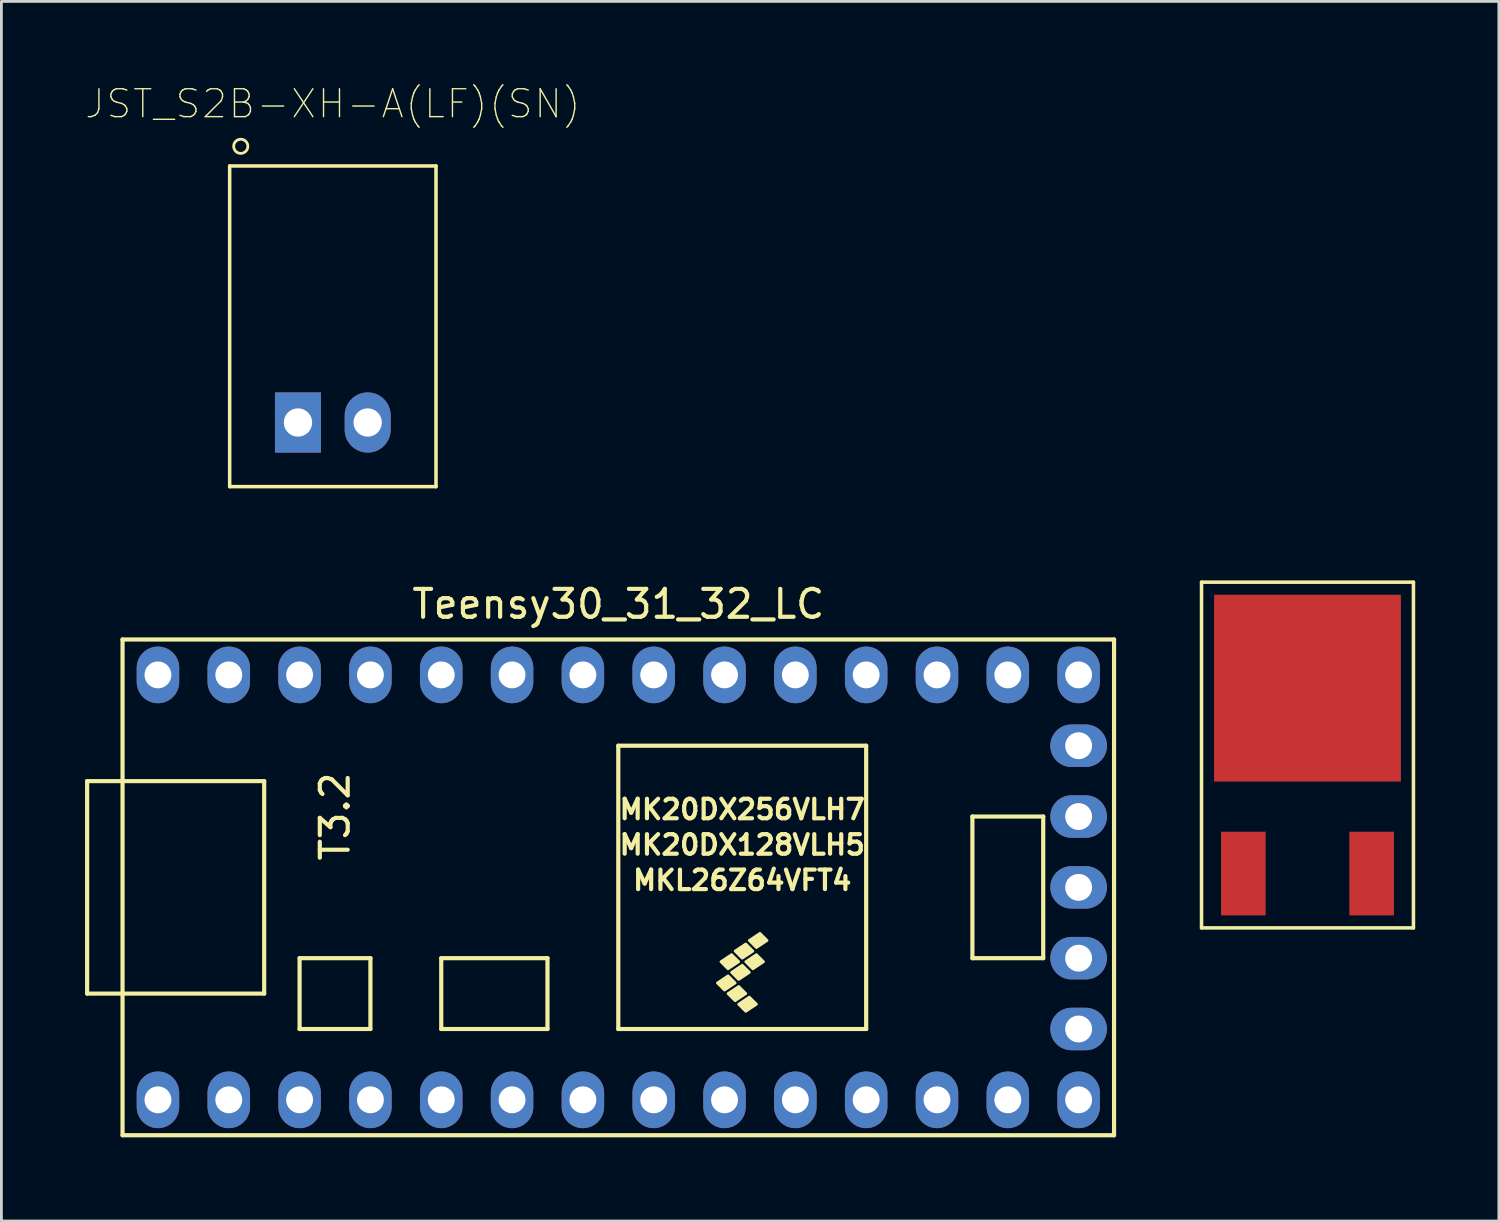
<source format=kicad_pcb>
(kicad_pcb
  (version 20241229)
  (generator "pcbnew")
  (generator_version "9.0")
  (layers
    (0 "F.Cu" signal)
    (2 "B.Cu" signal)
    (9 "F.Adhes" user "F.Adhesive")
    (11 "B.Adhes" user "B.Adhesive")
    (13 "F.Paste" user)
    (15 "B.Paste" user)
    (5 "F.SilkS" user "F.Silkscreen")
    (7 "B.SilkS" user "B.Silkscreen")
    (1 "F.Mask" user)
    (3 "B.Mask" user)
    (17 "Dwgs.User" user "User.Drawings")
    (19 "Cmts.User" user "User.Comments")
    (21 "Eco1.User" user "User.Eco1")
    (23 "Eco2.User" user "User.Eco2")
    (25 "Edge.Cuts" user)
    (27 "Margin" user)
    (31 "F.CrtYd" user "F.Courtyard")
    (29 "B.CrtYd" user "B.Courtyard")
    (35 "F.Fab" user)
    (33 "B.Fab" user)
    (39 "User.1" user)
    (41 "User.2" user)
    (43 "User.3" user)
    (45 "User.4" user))
  (footprint "Teensy30_31_32_LC"
    (layer "F.Cu")
    (at 19.125 28.775)
    (property "Reference" "Teensy30_31_32_LC" (at 0 -10.16 0) (layer "F.SilkS") (effects (font (size 1 1) (thickness 0.15))))
    (attr through_hole)
    (fp_line (start -19.05 -3.81) (end -17.78 -3.81) (stroke (width 0.15) (type solid)) (layer "F.SilkS"))
    (fp_line (start -19.05 3.81) (end -19.05 -3.81) (stroke (width 0.15) (type solid)) (layer "F.SilkS"))
    (fp_line (start -17.78 -8.89) (end 17.78 -8.89) (stroke (width 0.15) (type solid)) (layer "F.SilkS"))
    (fp_line (start -17.78 3.81) (end -19.05 3.81) (stroke (width 0.15) (type solid)) (layer "F.SilkS"))
    (fp_line (start -17.78 8.89) (end -17.78 -8.89) (stroke (width 0.15) (type solid)) (layer "F.SilkS"))
    (fp_line (start -12.7 -3.81) (end -17.78 -3.81) (stroke (width 0.15) (type solid)) (layer "F.SilkS"))
    (fp_line (start -12.7 3.81) (end -17.78 3.81) (stroke (width 0.15) (type solid)) (layer "F.SilkS"))
    (fp_line (start -12.7 3.81) (end -12.7 -3.81) (stroke (width 0.15) (type solid)) (layer "F.SilkS"))
    (fp_line (start -11.43 2.54) (end -11.43 5.08) (stroke (width 0.15) (type solid)) (layer "F.SilkS"))
    (fp_line (start -11.43 5.08) (end -8.89 5.08) (stroke (width 0.15) (type solid)) (layer "F.SilkS"))
    (fp_line (start -8.89 2.54) (end -11.43 2.54) (stroke (width 0.15) (type solid)) (layer "F.SilkS"))
    (fp_line (start -8.89 5.08) (end -8.89 2.54) (stroke (width 0.15) (type solid)) (layer "F.SilkS"))
    (fp_line (start -6.35 2.54) (end -6.35 5.08) (stroke (width 0.15) (type solid)) (layer "F.SilkS"))
    (fp_line (start -6.35 5.08) (end -2.54 5.08) (stroke (width 0.15) (type solid)) (layer "F.SilkS"))
    (fp_line (start -2.54 2.54) (end -6.35 2.54) (stroke (width 0.15) (type solid)) (layer "F.SilkS"))
    (fp_line (start -2.54 5.08) (end -2.54 2.54) (stroke (width 0.15) (type solid)) (layer "F.SilkS"))
    (fp_line (start 0 -5.08) (end 0 5.08) (stroke (width 0.15) (type solid)) (layer "F.SilkS"))
    (fp_line (start 8.89 -5.08) (end 0 -5.08) (stroke (width 0.15) (type solid)) (layer "F.SilkS"))
    (fp_line (start 8.89 5.08) (end 0 5.08) (stroke (width 0.15) (type solid)) (layer "F.SilkS"))
    (fp_line (start 8.89 5.08) (end 8.89 -5.08) (stroke (width 0.15) (type solid)) (layer "F.SilkS"))
    (fp_line (start 12.7 -2.54) (end 15.24 -2.54) (stroke (width 0.15) (type solid)) (layer "F.SilkS"))
    (fp_line (start 12.7 2.54) (end 12.7 -2.54) (stroke (width 0.15) (type solid)) (layer "F.SilkS"))
    (fp_line (start 15.24 -2.54) (end 15.24 2.54) (stroke (width 0.15) (type solid)) (layer "F.SilkS"))
    (fp_line (start 15.24 2.54) (end 12.7 2.54) (stroke (width 0.15) (type solid)) (layer "F.SilkS"))
    (fp_line (start 17.78 -8.89) (end 17.78 8.89) (stroke (width 0.15) (type solid)) (layer "F.SilkS"))
    (fp_line (start 17.78 8.89) (end -17.78 8.89) (stroke (width 0.15) (type solid)) (layer "F.SilkS"))
    (fp_poly (pts (xy 3.81 3.683) (xy 3.556 3.429) (xy 3.937 3.175) (xy 4.191 3.429)) (stroke (width 0.1) (type solid)) (fill yes) (layer "F.SilkS"))
    (fp_poly (pts (xy 3.937 2.921) (xy 3.683 2.667) (xy 4.064 2.413) (xy 4.318 2.667)) (stroke (width 0.1) (type solid)) (fill yes) (layer "F.SilkS"))
    (fp_poly (pts (xy 4.191 4.064) (xy 3.937 3.81) (xy 4.318 3.556) (xy 4.572 3.81)) (stroke (width 0.1) (type solid)) (fill yes) (layer "F.SilkS"))
    (fp_poly (pts (xy 4.318 3.302) (xy 4.064 3.048) (xy 4.445 2.794) (xy 4.699 3.048)) (stroke (width 0.1) (type solid)) (fill yes) (layer "F.SilkS"))
    (fp_poly (pts (xy 4.445 2.54) (xy 4.191 2.286) (xy 4.572 2.032) (xy 4.826 2.286)) (stroke (width 0.1) (type solid)) (fill yes) (layer "F.SilkS"))
    (fp_poly (pts (xy 4.572 4.445) (xy 4.318 4.191) (xy 4.699 3.937) (xy 4.953 4.191)) (stroke (width 0.1) (type solid)) (fill yes) (layer "F.SilkS"))
    (fp_poly (pts (xy 4.826 2.921) (xy 4.572 2.667) (xy 4.953 2.413) (xy 5.207 2.667)) (stroke (width 0.1) (type solid)) (fill yes) (layer "F.SilkS"))
    (fp_poly (pts (xy 4.953 2.159) (xy 4.699 1.905) (xy 5.08 1.651) (xy 5.334 1.905)) (stroke (width 0.1) (type solid)) (fill yes) (layer "F.SilkS"))
    (fp_text user "MKL26Z64VFT4" (at 4.445 -0.254 0) (layer "F.SilkS") (effects (font (size 0.7 0.7) (thickness 0.15))))
    (fp_text user "MK20DX256VLH7" (at 4.445 -2.794 0) (layer "F.SilkS") (effects (font (size 0.7 0.7) (thickness 0.15))))
    (fp_text user "T3.2" (at -10.16 -2.54 90) (layer "F.SilkS") (effects (font (size 1 1) (thickness 0.15))))
    (fp_text user "MK20DX128VLH5" (at 4.445 -1.524 0) (layer "F.SilkS") (effects (font (size 0.7 0.7) (thickness 0.15))))
    (pad "1" thru_hole oval (at -16.51 7.62) (size 1.524 2.032) (drill 0.965) (layers "*.Cu" "*.Mask"))
    (pad "2" thru_hole oval (at -13.97 7.62) (size 1.524 2.032) (drill 0.965) (layers "*.Cu" "*.Mask"))
    (pad "3" thru_hole oval (at -11.43 7.62) (size 1.524 2.032) (drill 0.965) (layers "*.Cu" "*.Mask"))
    (pad "4" thru_hole oval (at -8.89 7.62) (size 1.524 2.032) (drill 0.965) (layers "*.Cu" "*.Mask"))
    (pad "5" thru_hole oval (at -6.35 7.62) (size 1.524 2.032) (drill 0.965) (layers "*.Cu" "*.Mask"))
    (pad "6" thru_hole oval (at -3.81 7.62) (size 1.524 2.032) (drill 0.965) (layers "*.Cu" "*.Mask"))
    (pad "7" thru_hole oval (at -1.27 7.62) (size 1.524 2.032) (drill 0.965) (layers "*.Cu" "*.Mask"))
    (pad "8" thru_hole oval (at 1.27 7.62) (size 1.524 2.032) (drill 0.965) (layers "*.Cu" "*.Mask"))
    (pad "9" thru_hole oval (at 3.81 7.62) (size 1.524 2.032) (drill 0.965) (layers "*.Cu" "*.Mask"))
    (pad "10" thru_hole oval (at 6.35 7.62) (size 1.524 2.032) (drill 0.965) (layers "*.Cu" "*.Mask"))
    (pad "11" thru_hole oval (at 8.89 7.62) (size 1.524 2.032) (drill 0.965) (layers "*.Cu" "*.Mask"))
    (pad "12" thru_hole oval (at 11.43 7.62) (size 1.524 2.032) (drill 0.965) (layers "*.Cu" "*.Mask"))
    (pad "13" thru_hole oval (at 13.97 7.62) (size 1.524 2.032) (drill 0.965) (layers "*.Cu" "*.Mask"))
    (pad "14" thru_hole oval (at 16.51 7.62) (size 1.524 2.032) (drill 0.965) (layers "*.Cu" "*.Mask"))
    (pad "15" thru_hole oval (at 16.51 5.08) (size 2.032 1.524) (drill 0.965) (layers "*.Cu" "*.Mask"))
    (pad "16" thru_hole oval (at 16.51 2.54) (size 2.032 1.524) (drill 0.965) (layers "*.Cu" "*.Mask"))
    (pad "17" thru_hole oval (at 16.51 0) (size 2.032 1.524) (drill 0.965) (layers "*.Cu" "*.Mask"))
    (pad "18" thru_hole oval (at 16.51 -2.54) (size 2.032 1.524) (drill 0.965) (layers "*.Cu" "*.Mask"))
    (pad "19" thru_hole oval (at 16.51 -5.08) (size 2.032 1.524) (drill 0.965) (layers "*.Cu" "*.Mask"))
    (pad "20" thru_hole oval (at 16.51 -7.62) (size 1.524 2.032) (drill 0.965) (layers "*.Cu" "*.Mask"))
    (pad "21" thru_hole oval (at 13.97 -7.62) (size 1.524 2.032) (drill 0.965) (layers "*.Cu" "*.Mask"))
    (pad "22" thru_hole oval (at 11.43 -7.62) (size 1.524 2.032) (drill 0.965) (layers "*.Cu" "*.Mask"))
    (pad "23" thru_hole oval (at 8.89 -7.62) (size 1.524 2.032) (drill 0.965) (layers "*.Cu" "*.Mask"))
    (pad "24" thru_hole oval (at 6.35 -7.62) (size 1.524 2.032) (drill 0.965) (layers "*.Cu" "*.Mask"))
    (pad "25" thru_hole oval (at 3.81 -7.62) (size 1.524 2.032) (drill 0.965) (layers "*.Cu" "*.Mask"))
    (pad "26" thru_hole oval (at 1.27 -7.62) (size 1.524 2.032) (drill 0.965) (layers "*.Cu" "*.Mask"))
    (pad "27" thru_hole oval (at -1.27 -7.62) (size 1.524 2.032) (drill 0.965) (layers "*.Cu" "*.Mask"))
    (pad "28" thru_hole oval (at -3.81 -7.62) (size 1.524 2.032) (drill 0.965) (layers "*.Cu" "*.Mask"))
    (pad "29" thru_hole oval (at -6.35 -7.62) (size 1.524 2.032) (drill 0.965) (layers "*.Cu" "*.Mask"))
    (pad "30" thru_hole oval (at -8.89 -7.62) (size 1.524 2.032) (drill 0.965) (layers "*.Cu" "*.Mask"))
    (pad "31" thru_hole oval (at -11.43 -7.62) (size 1.524 2.032) (drill 0.965) (layers "*.Cu" "*.Mask"))
    (pad "32" thru_hole oval (at -13.97 -7.62) (size 1.524 2.032) (drill 0.965) (layers "*.Cu" "*.Mask"))
    (pad "33" thru_hole oval (at -16.51 -7.62) (size 1.524 2.032) (drill 0.965) (layers "*.Cu" "*.Mask")))
  (footprint "TO-252-3"
    (layer "F.Cu")
    (at 43.843 21.63)
    (property "Reference" "TO-252-3" (at -1384.47 -2147.484 0) (layer "F.SilkS") (effects (font (size 250 250) (thickness 0.05))))
    (attr smd)
    (fp_line (start -3.8 -3.8) (end 3.8 -3.8) (stroke (width 0.127) (type solid)) (layer "F.SilkS"))
    (fp_line (start -3.8 8.6) (end -3.8 -3.8) (stroke (width 0.127) (type solid)) (layer "F.SilkS"))
    (fp_line (start 3.8 -3.8) (end 3.8 8.6) (stroke (width 0.127) (type solid)) (layer "F.SilkS"))
    (fp_line (start 3.8 8.6) (end -3.8 8.6) (stroke (width 0.127) (type solid)) (layer "F.SilkS"))
    (pad "1" smd rect (at -2.3 6.65 90) (size 3 1.6) (layers "F.Cu" "F.Mask" "F.Paste"))
    (pad "2" smd rect (at 2.3 6.65 90) (size 3 1.6) (layers "F.Cu" "F.Mask" "F.Paste"))
    (pad "PAD" smd rect (at 0 0) (size 6.7 6.7) (layers "F.Cu" "F.Mask" "F.Paste")))
  (footprint "JST_S2B-XH-A(LF)(SN)"
    (layer "F.Cu")
    (at 8.887 12.103)
    (property "Reference" "JST_S2B-XH-A(LF)(SN)" (at 0 -11.43 0) (layer "F.SilkS") (effects (font (size 1.001 1.001) (thickness 0.05))))
    (attr through_hole)
    (fp_line (start -3.7 -9.2) (end 3.7 -9.2) (stroke (width 0.127) (type solid)) (layer "F.SilkS"))
    (fp_line (start -3.7 2.3) (end -3.7 -9.2) (stroke (width 0.127) (type solid)) (layer "F.SilkS"))
    (fp_line (start 3.7 -9.2) (end 3.7 2.3) (stroke (width 0.127) (type solid)) (layer "F.SilkS"))
    (fp_line (start 3.7 2.3) (end -3.7 2.3) (stroke (width 0.127) (type solid)) (layer "F.SilkS"))
    (fp_circle (center -3.302 -9.906) (end -3.048 -9.906) (stroke (width 0.1) (type solid)) (fill no) (layer "F.SilkS"))
    (fp_line (start -4 -9.5) (end 4 -9.5) (stroke (width 0.127) (type solid)) (layer "Eco1.User"))
    (fp_line (start -4 2.6) (end -4 -9.5) (stroke (width 0.127) (type solid)) (layer "Eco1.User"))
    (fp_line (start 4 -9.5) (end 4 2.6) (stroke (width 0.127) (type solid)) (layer "Eco1.User"))
    (fp_line (start 4 2.6) (end -4 2.6) (stroke (width 0.127) (type solid)) (layer "Eco1.User"))
    (pad "1" thru_hole rect (at -1.25 0) (size 1.651 2.159) (drill 1.016) (layers "*.Cu" "*.Mask"))
    (pad "2" thru_hole oval (at 1.25 0) (size 1.651 2.159) (drill 1.016) (layers "*.Cu" "*.Mask")))
  (gr_rect
    (start -3 -3)
    (end 50.707 40.74)
    (stroke (width 0.1) (type default))
    (fill no)
    (layer "Edge.Cuts")))
</source>
